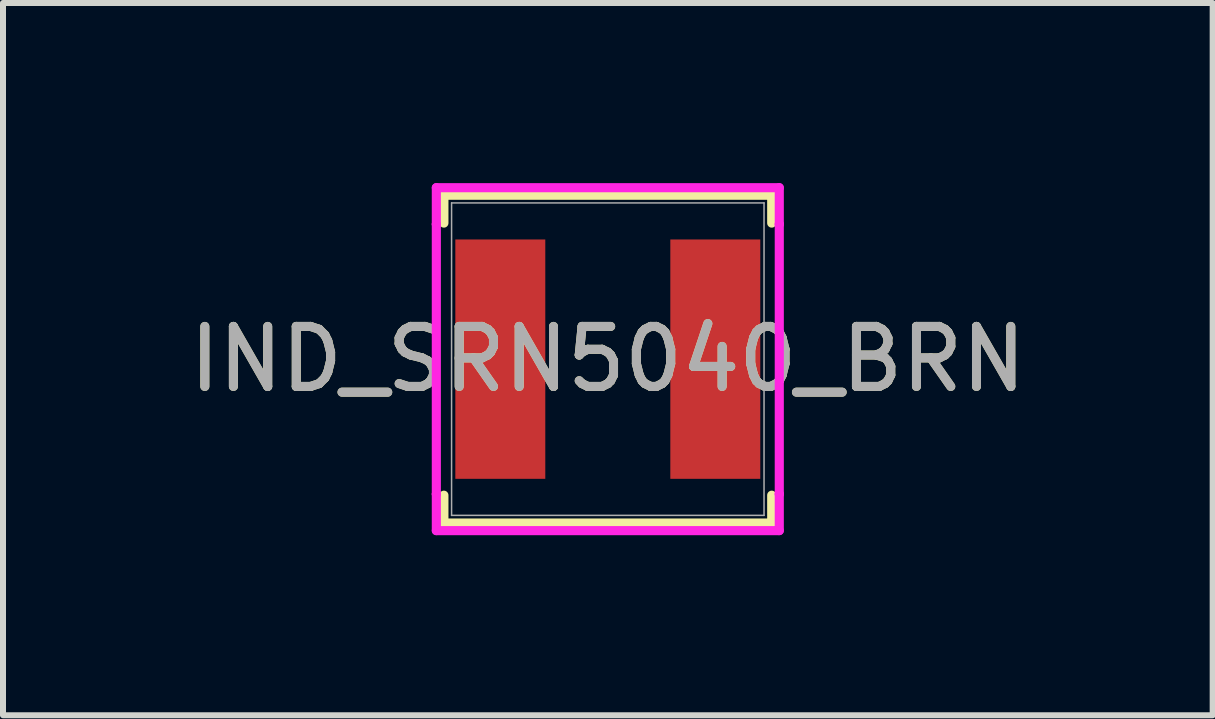
<source format=kicad_pcb>
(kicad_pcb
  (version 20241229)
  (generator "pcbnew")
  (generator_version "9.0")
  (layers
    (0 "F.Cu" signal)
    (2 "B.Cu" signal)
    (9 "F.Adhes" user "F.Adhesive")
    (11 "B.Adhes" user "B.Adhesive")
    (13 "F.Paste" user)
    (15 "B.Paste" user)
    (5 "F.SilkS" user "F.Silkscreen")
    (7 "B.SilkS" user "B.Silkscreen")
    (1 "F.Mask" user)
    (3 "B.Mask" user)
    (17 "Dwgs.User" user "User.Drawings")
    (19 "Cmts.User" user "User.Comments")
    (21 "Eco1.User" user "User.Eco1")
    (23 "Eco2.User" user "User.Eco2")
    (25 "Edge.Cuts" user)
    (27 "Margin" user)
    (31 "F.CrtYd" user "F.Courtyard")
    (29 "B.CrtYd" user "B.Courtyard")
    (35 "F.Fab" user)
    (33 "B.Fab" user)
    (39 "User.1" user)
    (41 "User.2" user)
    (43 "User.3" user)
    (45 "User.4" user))
  (footprint "IND_SRN5040_BRN"
    (layer "F.Cu")
    (at 7.077 2.934)
    (property "Reference" "IND_SRN5040_BRN" (at 0 0 0) (unlocked yes) (layer "F.SilkS") (effects (font (size 1 1) (thickness 0.15))))
    (attr smd)
    (fp_line (start -2.731 -2.731) (end -2.731 -2.267) (stroke (width 0.152) (type solid)) (layer "F.SilkS"))
    (fp_line (start -2.731 2.267) (end -2.731 2.731) (stroke (width 0.152) (type solid)) (layer "F.SilkS"))
    (fp_line (start -2.731 2.731) (end 2.731 2.731) (stroke (width 0.152) (type solid)) (layer "F.SilkS"))
    (fp_line (start 2.731 -2.731) (end -2.731 -2.731) (stroke (width 0.152) (type solid)) (layer "F.SilkS"))
    (fp_line (start 2.731 -2.267) (end 2.731 -2.731) (stroke (width 0.152) (type solid)) (layer "F.SilkS"))
    (fp_line (start 2.731 2.731) (end 2.731 2.267) (stroke (width 0.152) (type solid)) (layer "F.SilkS"))
    (fp_line (start -2.857 -2.857) (end 2.857 -2.857) (stroke (width 0.152) (type solid)) (layer "F.CrtYd"))
    (fp_line (start -2.857 -2.248) (end -2.857 -2.857) (stroke (width 0.152) (type solid)) (layer "F.CrtYd"))
    (fp_line (start -2.857 -2.248) (end -2.857 -2.248) (stroke (width 0.152) (type solid)) (layer "F.CrtYd"))
    (fp_line (start -2.857 2.248) (end -2.857 -2.248) (stroke (width 0.152) (type solid)) (layer "F.CrtYd"))
    (fp_line (start -2.857 2.248) (end -2.857 2.248) (stroke (width 0.152) (type solid)) (layer "F.CrtYd"))
    (fp_line (start -2.857 2.857) (end -2.857 2.248) (stroke (width 0.152) (type solid)) (layer "F.CrtYd"))
    (fp_line (start 2.857 -2.857) (end 2.857 -2.248) (stroke (width 0.152) (type solid)) (layer "F.CrtYd"))
    (fp_line (start 2.857 -2.248) (end 2.857 -2.248) (stroke (width 0.152) (type solid)) (layer "F.CrtYd"))
    (fp_line (start 2.857 -2.248) (end 2.857 2.248) (stroke (width 0.152) (type solid)) (layer "F.CrtYd"))
    (fp_line (start 2.857 2.248) (end 2.857 2.248) (stroke (width 0.152) (type solid)) (layer "F.CrtYd"))
    (fp_line (start 2.857 2.248) (end 2.857 2.857) (stroke (width 0.152) (type solid)) (layer "F.CrtYd"))
    (fp_line (start 2.857 2.857) (end -2.857 2.857) (stroke (width 0.152) (type solid)) (layer "F.CrtYd"))
    (fp_line (start -2.603 -2.603) (end -2.603 2.603) (stroke (width 0.025) (type solid)) (layer "F.Fab"))
    (fp_line (start -2.603 2.603) (end 2.603 2.603) (stroke (width 0.025) (type solid)) (layer "F.Fab"))
    (fp_line (start 2.603 -2.603) (end -2.603 -2.603) (stroke (width 0.025) (type solid)) (layer "F.Fab"))
    (fp_line (start 2.603 2.603) (end 2.603 -2.603) (stroke (width 0.025) (type solid)) (layer "F.Fab"))
    (fp_circle (center -2.527 0) (end -2.527 0) (stroke (width 0.025) (type solid)) (fill no) (layer "F.Fab"))
    (fp_text user "${REFERENCE}" (at 0 0 0) (unlocked yes) (layer "F.Fab") (effects (font (size 1 1) (thickness 0.15))))
    (pad "1" smd rect (at -1.791 0) (size 1.499 3.988) (layers "F.Cu" "F.Mask" "F.Paste"))
    (pad "2" smd rect (at 1.791 0) (size 1.499 3.988) (layers "F.Cu" "F.Mask" "F.Paste"))
    (zone (net_name "") (layer "F.Cu") (hatch full 0.508) (connect_pads) (min_thickness 0.254) (filled_areas_thickness no) (keepout (tracks not_allowed) (vias not_allowed) (pads allowed) (copperpour not_allowed) (footprints allowed)) (placement (enabled no)) (fill) (polygon (pts (xy 6.087 0.381) (xy 8.068 0.381) (xy 8.068 5.486) (xy 6.087 5.486)))))
  (gr_rect
    (start -3 -3)
    (end 17.155 8.867)
    (stroke (width 0.1) (type default))
    (fill no)
    (layer "Edge.Cuts")))
</source>
